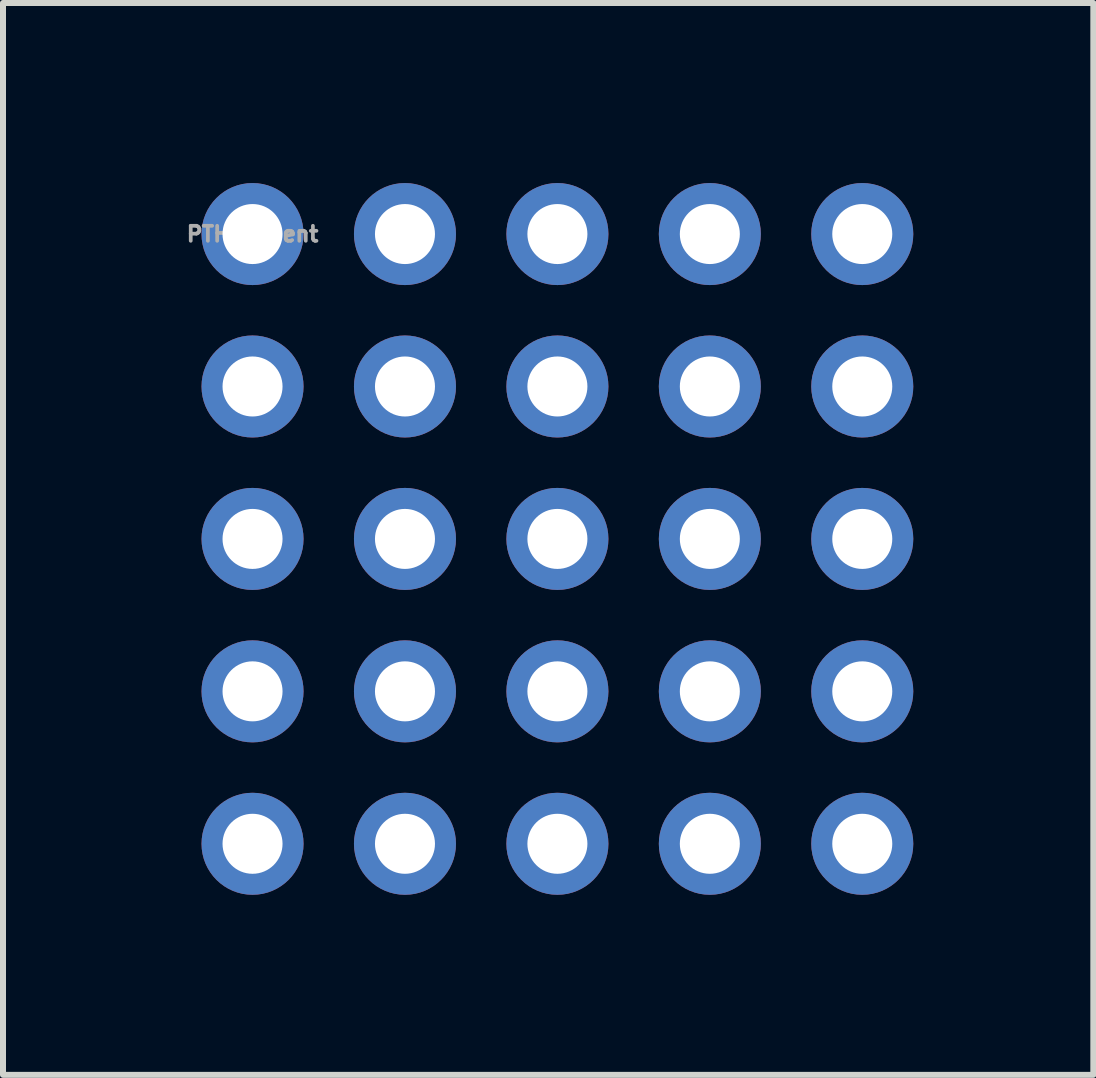
<source format=kicad_pcb>
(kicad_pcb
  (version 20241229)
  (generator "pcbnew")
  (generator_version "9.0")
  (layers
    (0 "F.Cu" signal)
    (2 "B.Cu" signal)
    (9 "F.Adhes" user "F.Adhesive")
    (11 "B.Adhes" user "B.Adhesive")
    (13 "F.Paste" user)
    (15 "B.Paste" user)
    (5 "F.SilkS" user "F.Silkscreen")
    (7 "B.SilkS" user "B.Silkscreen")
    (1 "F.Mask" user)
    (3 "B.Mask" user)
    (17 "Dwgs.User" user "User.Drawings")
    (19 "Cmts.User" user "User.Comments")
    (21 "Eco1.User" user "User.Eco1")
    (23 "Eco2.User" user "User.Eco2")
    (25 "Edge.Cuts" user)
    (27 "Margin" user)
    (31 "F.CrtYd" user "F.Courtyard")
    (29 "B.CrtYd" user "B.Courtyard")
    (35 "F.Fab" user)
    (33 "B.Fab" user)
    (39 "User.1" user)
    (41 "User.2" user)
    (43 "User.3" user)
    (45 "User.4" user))
  (footprint "PTHelement"
    (layer "F.Cu")
    (at 1.158 0.85)
    (property "Reference" "PTHelement" (at 0 0 0) (layer "F.Fab") (effects (font (size 0.25 0.25) (thickness 0.062))))
    (attr through_hole)
    (pad "1" thru_hole circle (at 0 0) (size 1.7 1.7) (drill 1) (layers "*.Cu" "*.Mask"))
    (pad "2" thru_hole circle (at 2.54 0) (size 1.7 1.7) (drill 1) (layers "*.Cu" "*.Mask"))
    (pad "3" thru_hole circle (at 5.08 0) (size 1.7 1.7) (drill 1) (layers "*.Cu" "*.Mask"))
    (pad "4" thru_hole circle (at 7.62 0) (size 1.7 1.7) (drill 1) (layers "*.Cu" "*.Mask"))
    (pad "5" thru_hole circle (at 10.16 0) (size 1.7 1.7) (drill 1) (layers "*.Cu" "*.Mask"))
    (pad "6" thru_hole circle (at 0 2.54) (size 1.7 1.7) (drill 1) (layers "*.Cu" "*.Mask"))
    (pad "7" thru_hole circle (at 2.54 2.54) (size 1.7 1.7) (drill 1) (layers "*.Cu" "*.Mask"))
    (pad "8" thru_hole circle (at 5.08 2.54) (size 1.7 1.7) (drill 1) (layers "*.Cu" "*.Mask"))
    (pad "9" thru_hole circle (at 7.62 2.54) (size 1.7 1.7) (drill 1) (layers "*.Cu" "*.Mask"))
    (pad "10" thru_hole circle (at 10.16 2.54) (size 1.7 1.7) (drill 1) (layers "*.Cu" "*.Mask"))
    (pad "11" thru_hole circle (at 0 5.08) (size 1.7 1.7) (drill 1) (layers "*.Cu" "*.Mask"))
    (pad "12" thru_hole circle (at 2.54 5.08) (size 1.7 1.7) (drill 1) (layers "*.Cu" "*.Mask"))
    (pad "13" thru_hole circle (at 5.08 5.08) (size 1.7 1.7) (drill 1) (layers "*.Cu" "*.Mask"))
    (pad "14" thru_hole circle (at 7.62 5.08) (size 1.7 1.7) (drill 1) (layers "*.Cu" "*.Mask"))
    (pad "15" thru_hole circle (at 10.16 5.08) (size 1.7 1.7) (drill 1) (layers "*.Cu" "*.Mask"))
    (pad "16" thru_hole circle (at 0 7.62) (size 1.7 1.7) (drill 1) (layers "*.Cu" "*.Mask"))
    (pad "17" thru_hole circle (at 2.54 7.62) (size 1.7 1.7) (drill 1) (layers "*.Cu" "*.Mask"))
    (pad "18" thru_hole circle (at 5.08 7.62) (size 1.7 1.7) (drill 1) (layers "*.Cu" "*.Mask"))
    (pad "19" thru_hole circle (at 7.62 7.62) (size 1.7 1.7) (drill 1) (layers "*.Cu" "*.Mask"))
    (pad "20" thru_hole circle (at 10.16 7.62) (size 1.7 1.7) (drill 1) (layers "*.Cu" "*.Mask"))
    (pad "21" thru_hole circle (at 0 10.16) (size 1.7 1.7) (drill 1) (layers "*.Cu" "*.Mask"))
    (pad "22" thru_hole circle (at 2.54 10.16) (size 1.7 1.7) (drill 1) (layers "*.Cu" "*.Mask"))
    (pad "23" thru_hole circle (at 5.08 10.16) (size 1.7 1.7) (drill 1) (layers "*.Cu" "*.Mask"))
    (pad "24" thru_hole circle (at 7.62 10.16) (size 1.7 1.7) (drill 1) (layers "*.Cu" "*.Mask"))
    (pad "25" thru_hole circle (at 10.16 10.16) (size 1.7 1.7) (drill 1) (layers "*.Cu" "*.Mask")))
  (gr_rect
    (start -3 -3)
    (end 15.168 14.86)
    (stroke (width 0.1) (type default))
    (fill no)
    (layer "Edge.Cuts")))
</source>
